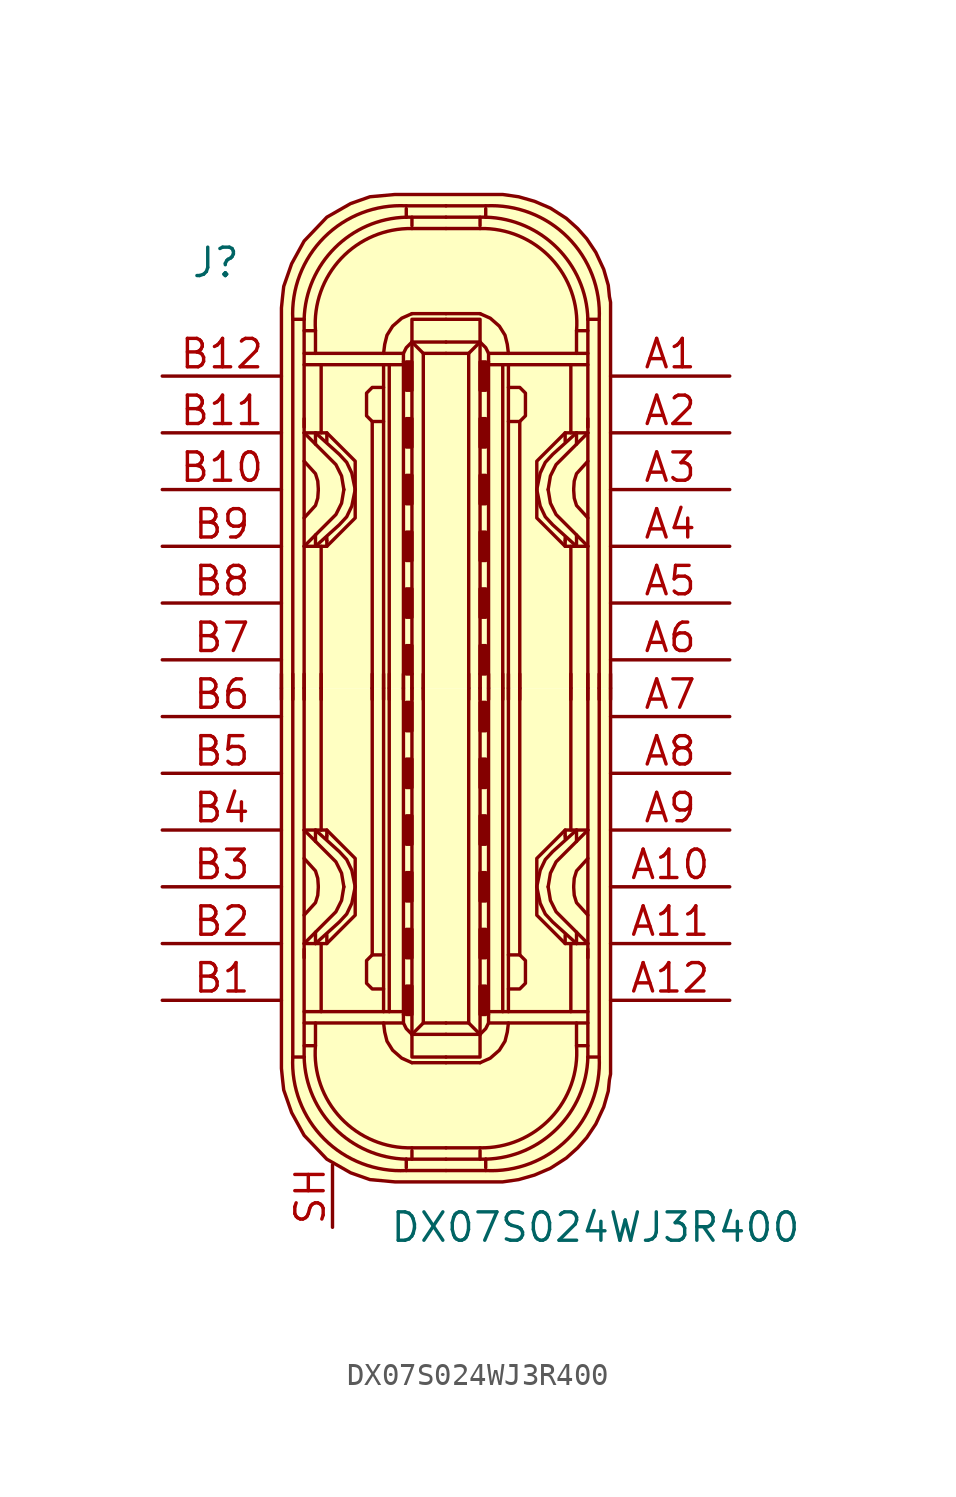
<source format=kicad_sym>
(kicad_symbol_lib
  (version 20220914)
  (generator kicad_symbol_editor)
  (symbol "DX07S024WJ3R400"
    (pin_names
      (offset 1.016))
    (property "Reference" "J"
      (at -11.43 19.05 0)
      (effects (font (size 1.27 1.27)) (justify left)))
    (property "Value" "DX07S024WJ3R400"
      (at -2.54 -24.13 0)
      (effects (font (size 1.27 1.27)) (justify left)))
    (symbol "DX07S024WJ3R400_1_1"
      (arc (start -6.858 -16.51) (mid -5.4492 -20.1812) (end -1.778 -21.59) (stroke (width 0) (type solid)) (fill (type none)))
      (arc (start -6.35 -16.51) (mid -4.9749 -19.7069) (end -1.778 -21.082) (stroke (width 0) (type solid)) (fill (type none)))
      (arc (start -5.842 -16.002) (mid -4.6972 -19.2495) (end -1.524 -20.574) (stroke (width 0) (type solid)) (fill (type none)))
      (rectangle (start -1.778 -14.605) (end -1.524 -13.335) (stroke (width 0) (type solid)) (fill (type outline)))
      (rectangle (start -1.778 -12.065) (end -1.524 -10.795) (stroke (width 0) (type solid)) (fill (type outline)))
      (rectangle (start -1.778 -9.525) (end -1.524 -8.255) (stroke (width 0) (type solid)) (fill (type outline)))
      (rectangle (start -1.778 -6.985) (end -1.524 -5.715) (stroke (width 0) (type solid)) (fill (type outline)))
      (rectangle (start -1.778 -4.445) (end -1.524 -3.175) (stroke (width 0) (type solid)) (fill (type outline)))
      (rectangle (start -1.778 -1.905) (end -1.524 -0.635) (stroke (width 0) (type solid)) (fill (type outline)))
      (rectangle (start -1.778 1.905) (end -1.524 0.635) (stroke (width 0) (type solid)) (fill (type outline)))
      (rectangle (start -1.778 4.445) (end -1.524 3.175) (stroke (width 0) (type solid)) (fill (type outline)))
      (rectangle (start -1.778 6.985) (end -1.524 5.715) (stroke (width 0) (type solid)) (fill (type outline)))
      (rectangle (start -1.778 9.525) (end -1.524 8.255) (stroke (width 0) (type solid)) (fill (type outline)))
      (rectangle (start -1.778 12.065) (end -1.524 10.795) (stroke (width 0) (type solid)) (fill (type outline)))
      (rectangle (start -1.778 14.605) (end -1.524 13.335) (stroke (width 0) (type solid)) (fill (type outline)))
      (arc (start -1.778 21.082) (mid -4.9749 19.7069) (end -6.35 16.51) (stroke (width 0) (type solid)) (fill (type none)))
      (arc (start -1.778 21.59) (mid -5.4492 20.1812) (end -6.858 16.51) (stroke (width 0) (type solid)) (fill (type none)))
      (arc (start -1.524 20.574) (mid -4.6883 19.2412) (end -5.842 16.002) (stroke (width 0) (type solid)) (fill (type none)))
      (polyline (pts (xy -7.366 -0.508) (xy -7.366 0.635)) (stroke (width 0) (type solid)) (fill (type none)))
      (polyline (pts (xy -6.858 -0.508) (xy -6.858 0.635)) (stroke (width 0) (type solid)) (fill (type none)))
      (polyline (pts (xy -6.35 -14.986) (xy -1.905 -14.986)) (stroke (width 0) (type solid)) (fill (type none)))
      (polyline (pts (xy -6.35 -12.065) (xy -6.35 0)) (stroke (width 0) (type solid)) (fill (type none)))
      (polyline (pts (xy -6.35 -0.508) (xy -6.35 0.635)) (stroke (width 0) (type solid)) (fill (type none)))
      (polyline (pts (xy -6.35 12.065) (xy -6.35 0)) (stroke (width 0) (type solid)) (fill (type none)))
      (polyline (pts (xy -6.35 14.986) (xy -1.905 14.986)) (stroke (width 0) (type solid)) (fill (type none)))
      (polyline (pts (xy -5.842 -11.43) (xy -5.842 -10.922)) (stroke (width 0) (type solid)) (fill (type none)))
      (polyline (pts (xy -5.842 -6.35) (xy -5.842 -6.858)) (stroke (width 0) (type solid)) (fill (type none)))
      (polyline (pts (xy -5.842 6.35) (xy -5.842 6.858)) (stroke (width 0) (type solid)) (fill (type none)))
      (polyline (pts (xy -5.842 11.43) (xy -5.842 10.922)) (stroke (width 0) (type solid)) (fill (type none)))
      (polyline (pts (xy -5.588 -14.478) (xy -5.588 -11.43)) (stroke (width 0) (type solid)) (fill (type none)))
      (polyline (pts (xy -5.588 -6.35) (xy -5.588 0)) (stroke (width 0) (type solid)) (fill (type none)))
      (polyline (pts (xy -5.588 -0.508) (xy -5.588 0.635)) (stroke (width 0) (type solid)) (fill (type none)))
      (polyline (pts (xy -5.588 6.35) (xy -5.588 0)) (stroke (width 0) (type solid)) (fill (type none)))
      (polyline (pts (xy -5.588 14.478) (xy -5.588 11.43)) (stroke (width 0) (type solid)) (fill (type none)))
      (polyline (pts (xy -5.334 -11.43) (xy -5.334 -11.049)) (stroke (width 0) (type solid)) (fill (type none)))
      (polyline (pts (xy -5.334 -6.604) (xy -5.334 -6.731)) (stroke (width 0) (type solid)) (fill (type none)))
      (polyline (pts (xy -5.334 -6.35) (xy -5.334 -6.604)) (stroke (width 0) (type solid)) (fill (type none)))
      (polyline (pts (xy -5.334 6.35) (xy -5.334 6.604)) (stroke (width 0) (type solid)) (fill (type none)))
      (polyline (pts (xy -5.334 6.604) (xy -5.334 6.731)) (stroke (width 0) (type solid)) (fill (type none)))
      (polyline (pts (xy -5.334 11.43) (xy -5.334 11.049)) (stroke (width 0) (type solid)) (fill (type none)))
      (polyline (pts (xy -3.302 -0.508) (xy -3.302 0.635)) (stroke (width 0) (type solid)) (fill (type none)))
      (polyline (pts (xy -3.302 0) (xy -3.302 -11.938)) (stroke (width 0) (type solid)) (fill (type none)))
      (polyline (pts (xy -3.302 0) (xy -3.302 11.938)) (stroke (width 0) (type solid)) (fill (type none)))
      (polyline (pts (xy -2.794 -0.508) (xy -2.794 0.635)) (stroke (width 0) (type solid)) (fill (type none)))
      (polyline (pts (xy -2.794 0) (xy -2.794 -14.478)) (stroke (width 0) (type solid)) (fill (type none)))
      (polyline (pts (xy -2.794 0) (xy -2.794 14.478)) (stroke (width 0) (type solid)) (fill (type none)))
      (polyline (pts (xy -2.54 -14.478) (xy -2.54 0)) (stroke (width 0) (type solid)) (fill (type none)))
      (polyline (pts (xy -2.54 -0.508) (xy -2.54 0.635)) (stroke (width 0) (type solid)) (fill (type none)))
      (polyline (pts (xy -2.54 14.478) (xy -2.54 0)) (stroke (width 0) (type solid)) (fill (type none)))
      (polyline (pts (xy -1.905 -14.478) (xy -6.35 -14.478)) (stroke (width 0) (type solid)) (fill (type none)))
      (polyline (pts (xy -1.905 -0.508) (xy -1.905 0.635)) (stroke (width 0) (type solid)) (fill (type none)))
      (polyline (pts (xy -1.905 0) (xy -1.905 -14.605)) (stroke (width 0) (type solid)) (fill (type none)))
      (polyline (pts (xy -1.905 0) (xy -1.905 14.605)) (stroke (width 0) (type solid)) (fill (type none)))
      (polyline (pts (xy -1.905 14.478) (xy -6.35 14.478)) (stroke (width 0) (type solid)) (fill (type none)))
      (polyline (pts (xy -1.778 -21.59) (xy 0 -21.59)) (stroke (width 0) (type solid)) (fill (type background)))
      (polyline (pts (xy -1.778 -21.082) (xy -1.778 -21.463)) (stroke (width 0) (type solid)) (fill (type none)))
      (polyline (pts (xy -1.778 -21.082) (xy 0 -21.082)) (stroke (width 0) (type solid)) (fill (type none)))
      (polyline (pts (xy -1.778 21.082) (xy -1.778 21.463)) (stroke (width 0) (type solid)) (fill (type none)))
      (polyline (pts (xy -1.778 21.082) (xy 0 21.082)) (stroke (width 0) (type solid)) (fill (type none)))
      (polyline (pts (xy -1.778 21.59) (xy 0 21.59)) (stroke (width 0) (type solid)) (fill (type background)))
      (polyline (pts (xy -1.524 -20.701) (xy -1.524 -21.082)) (stroke (width 0) (type solid)) (fill (type none)))
      (polyline (pts (xy -1.524 -20.574) (xy 0 -20.574)) (stroke (width 0) (type solid)) (fill (type none)))
      (polyline (pts (xy -1.524 -0.508) (xy -1.524 0.635)) (stroke (width 0) (type solid)) (fill (type none)))
      (polyline (pts (xy -1.524 20.574) (xy 0 20.574)) (stroke (width 0) (type solid)) (fill (type none)))
      (polyline (pts (xy -1.524 20.701) (xy -1.524 21.082)) (stroke (width 0) (type solid)) (fill (type none)))
      (polyline (pts (xy -1.016 -14.986) (xy -1.524 -15.494)) (stroke (width 0) (type solid)) (fill (type none)))
      (polyline (pts (xy -1.016 -0.508) (xy -1.016 0.635)) (stroke (width 0) (type solid)) (fill (type none)))
      (polyline (pts (xy -1.016 14.986) (xy -1.524 15.494)) (stroke (width 0) (type solid)) (fill (type none)))
      (polyline (pts (xy 0 -16.764) (xy -1.524 -16.764)) (stroke (width 0) (type solid)) (fill (type none)))
      (polyline (pts (xy 0 -16.764) (xy 1.524 -16.764)) (stroke (width 0) (type solid)) (fill (type none)))
      (polyline (pts (xy 0 16.764) (xy -1.524 16.764)) (stroke (width 0) (type solid)) (fill (type none)))
      (polyline (pts (xy 0 16.764) (xy 1.524 16.764)) (stroke (width 0) (type solid)) (fill (type none)))
      (polyline (pts (xy 1.016 -14.986) (xy 1.524 -15.494)) (stroke (width 0) (type solid)) (fill (type none)))
      (polyline (pts (xy 1.016 -0.508) (xy 1.016 0.635)) (stroke (width 0) (type solid)) (fill (type none)))
      (polyline (pts (xy 1.016 14.986) (xy 1.524 15.494)) (stroke (width 0) (type solid)) (fill (type none)))
      (polyline (pts (xy 1.524 -20.701) (xy 1.524 -21.082)) (stroke (width 0) (type solid)) (fill (type none)))
      (polyline (pts (xy 1.524 -20.574) (xy 0 -20.574)) (stroke (width 0) (type solid)) (fill (type none)))
      (polyline (pts (xy 1.524 -0.508) (xy 1.524 0.635)) (stroke (width 0) (type solid)) (fill (type none)))
      (polyline (pts (xy 1.524 20.574) (xy 0 20.574)) (stroke (width 0) (type solid)) (fill (type none)))
      (polyline (pts (xy 1.524 20.701) (xy 1.524 21.082)) (stroke (width 0) (type solid)) (fill (type none)))
      (polyline (pts (xy 1.778 -21.59) (xy 0 -21.59)) (stroke (width 0) (type solid)) (fill (type background)))
      (polyline (pts (xy 1.778 -21.082) (xy 0 -21.082)) (stroke (width 0) (type solid)) (fill (type none)))
      (polyline (pts (xy 1.778 -21.082) (xy 1.778 -21.463)) (stroke (width 0) (type solid)) (fill (type none)))
      (polyline (pts (xy 1.778 21.082) (xy 0 21.082)) (stroke (width 0) (type solid)) (fill (type none)))
      (polyline (pts (xy 1.778 21.082) (xy 1.778 21.463)) (stroke (width 0) (type solid)) (fill (type none)))
      (polyline (pts (xy 1.778 21.59) (xy 0 21.59)) (stroke (width 0) (type solid)) (fill (type background)))
      (polyline (pts (xy 1.905 -14.478) (xy 6.35 -14.478)) (stroke (width 0) (type solid)) (fill (type none)))
      (polyline (pts (xy 1.905 -0.508) (xy 1.905 0.635)) (stroke (width 0) (type solid)) (fill (type none)))
      (polyline (pts (xy 1.905 0) (xy 1.905 -14.605)) (stroke (width 0) (type solid)) (fill (type none)))
      (polyline (pts (xy 1.905 0) (xy 1.905 14.605)) (stroke (width 0) (type solid)) (fill (type none)))
      (polyline (pts (xy 1.905 14.478) (xy 6.35 14.478)) (stroke (width 0) (type solid)) (fill (type none)))
      (polyline (pts (xy 2.54 -14.478) (xy 2.54 0)) (stroke (width 0) (type solid)) (fill (type none)))
      (polyline (pts (xy 2.54 -0.508) (xy 2.54 0.635)) (stroke (width 0) (type solid)) (fill (type none)))
      (polyline (pts (xy 2.54 14.478) (xy 2.54 0)) (stroke (width 0) (type solid)) (fill (type none)))
      (polyline (pts (xy 2.794 -0.508) (xy 2.794 0.635)) (stroke (width 0) (type solid)) (fill (type none)))
      (polyline (pts (xy 2.794 0) (xy 2.794 -14.478)) (stroke (width 0) (type solid)) (fill (type none)))
      (polyline (pts (xy 2.794 0) (xy 2.794 14.478)) (stroke (width 0) (type solid)) (fill (type none)))
      (polyline (pts (xy 3.302 -0.508) (xy 3.302 0.635)) (stroke (width 0) (type solid)) (fill (type none)))
      (polyline (pts (xy 3.302 0) (xy 3.302 -11.938)) (stroke (width 0) (type solid)) (fill (type none)))
      (polyline (pts (xy 3.302 0) (xy 3.302 11.938)) (stroke (width 0) (type solid)) (fill (type none)))
      (polyline (pts (xy 5.334 -11.43) (xy 5.334 -11.049)) (stroke (width 0) (type solid)) (fill (type none)))
      (polyline (pts (xy 5.334 -6.604) (xy 5.334 -6.731)) (stroke (width 0) (type solid)) (fill (type none)))
      (polyline (pts (xy 5.334 -6.35) (xy 5.334 -6.604)) (stroke (width 0) (type solid)) (fill (type none)))
      (polyline (pts (xy 5.334 6.35) (xy 5.334 6.604)) (stroke (width 0) (type solid)) (fill (type none)))
      (polyline (pts (xy 5.334 6.604) (xy 5.334 6.731)) (stroke (width 0) (type solid)) (fill (type none)))
      (polyline (pts (xy 5.334 11.43) (xy 5.334 11.049)) (stroke (width 0) (type solid)) (fill (type none)))
      (polyline (pts (xy 5.588 -14.478) (xy 5.588 -11.43)) (stroke (width 0) (type solid)) (fill (type none)))
      (polyline (pts (xy 5.588 -6.35) (xy 5.588 0)) (stroke (width 0) (type solid)) (fill (type none)))
      (polyline (pts (xy 5.588 -0.508) (xy 5.588 0.635)) (stroke (width 0) (type solid)) (fill (type none)))
      (polyline (pts (xy 5.588 6.35) (xy 5.588 0)) (stroke (width 0) (type solid)) (fill (type none)))
      (polyline (pts (xy 5.588 14.478) (xy 5.588 11.43)) (stroke (width 0) (type solid)) (fill (type none)))
      (polyline (pts (xy 5.842 -11.43) (xy 5.842 -10.922)) (stroke (width 0) (type solid)) (fill (type none)))
      (polyline (pts (xy 5.842 -6.35) (xy 5.842 -6.858)) (stroke (width 0) (type solid)) (fill (type none)))
      (polyline (pts (xy 5.842 6.35) (xy 5.842 6.858)) (stroke (width 0) (type solid)) (fill (type none)))
      (polyline (pts (xy 5.842 11.43) (xy 5.842 10.922)) (stroke (width 0) (type solid)) (fill (type none)))
      (polyline (pts (xy 6.35 -14.986) (xy 1.905 -14.986)) (stroke (width 0) (type solid)) (fill (type none)))
      (polyline (pts (xy 6.35 -12.065) (xy 6.35 0)) (stroke (width 0) (type solid)) (fill (type none)))
      (polyline (pts (xy 6.35 -0.508) (xy 6.35 0.635)) (stroke (width 0) (type solid)) (fill (type none)))
      (polyline (pts (xy 6.35 12.065) (xy 6.35 0)) (stroke (width 0) (type solid)) (fill (type none)))
      (polyline (pts (xy 6.35 14.986) (xy 1.905 14.986)) (stroke (width 0) (type solid)) (fill (type none)))
      (polyline (pts (xy 6.858 -0.508) (xy 6.858 0.635)) (stroke (width 0) (type solid)) (fill (type none)))
      (polyline (pts (xy 7.366 -0.508) (xy 7.366 0.635)) (stroke (width 0) (type solid)) (fill (type none)))
      (polyline (pts (xy -6.35 -16.51) (xy -6.858 -16.51) (xy -6.858 0)) (stroke (width 0) (type solid)) (fill (type none)))
      (polyline (pts (xy -6.35 -11.684) (xy -6.35 -15.875) (xy -6.35 -16.51)) (stroke (width 0) (type solid)) (fill (type none)))
      (polyline (pts (xy -6.35 11.684) (xy -6.35 15.875) (xy -6.35 16.51)) (stroke (width 0) (type solid)) (fill (type none)))
      (polyline (pts (xy -6.35 16.51) (xy -6.858 16.51) (xy -6.858 0)) (stroke (width 0) (type solid)) (fill (type none)))
      (polyline (pts (xy -5.842 -14.986) (xy -5.842 -16.002) (xy -6.35 -16.002)) (stroke (width 0) (type solid)) (fill (type none)))
      (polyline (pts (xy -5.842 14.986) (xy -5.842 16.002) (xy -6.35 16.002)) (stroke (width 0) (type solid)) (fill (type none)))
      (polyline (pts (xy -1.524 0) (xy -1.524 -15.494) (xy 0 -15.494)) (stroke (width 0) (type solid)) (fill (type none)))
      (polyline (pts (xy -1.524 0) (xy -1.524 15.494) (xy 0 15.494)) (stroke (width 0) (type solid)) (fill (type none)))
      (polyline (pts (xy -1.016 0) (xy -1.016 -14.986) (xy 0 -14.986)) (stroke (width 0) (type solid)) (fill (type none)))
      (polyline (pts (xy -1.016 0) (xy -1.016 14.986) (xy 0 14.986)) (stroke (width 0) (type solid)) (fill (type none)))
      (polyline (pts (xy 1.016 0) (xy 1.016 -14.986) (xy 0 -14.986)) (stroke (width 0) (type solid)) (fill (type none)))
      (polyline (pts (xy 1.016 0) (xy 1.016 14.986) (xy 0 14.986)) (stroke (width 0) (type solid)) (fill (type none)))
      (polyline (pts (xy 1.524 0) (xy 1.524 -15.494) (xy 0 -15.494)) (stroke (width 0) (type solid)) (fill (type none)))
      (polyline (pts (xy 1.524 0) (xy 1.524 15.494) (xy 0 15.494)) (stroke (width 0) (type solid)) (fill (type none)))
      (polyline (pts (xy 5.842 -14.986) (xy 5.842 -16.002) (xy 6.35 -16.002)) (stroke (width 0) (type solid)) (fill (type none)))
      (polyline (pts (xy 5.842 14.986) (xy 5.842 16.002) (xy 6.35 16.002)) (stroke (width 0) (type solid)) (fill (type none)))
      (polyline (pts (xy 6.35 -16.51) (xy 6.858 -16.51) (xy 6.858 0)) (stroke (width 0) (type solid)) (fill (type none)))
      (polyline (pts (xy 6.35 -11.684) (xy 6.35 -15.875) (xy 6.35 -16.51)) (stroke (width 0) (type solid)) (fill (type none)))
      (polyline (pts (xy 6.35 11.684) (xy 6.35 15.875) (xy 6.35 16.51)) (stroke (width 0) (type solid)) (fill (type none)))
      (polyline (pts (xy 6.35 16.51) (xy 6.858 16.51) (xy 6.858 0)) (stroke (width 0) (type solid)) (fill (type none)))
      (polyline (pts (xy -6.35 -11.43) (xy -4.928 -10.008) (xy -4.674 -9.5) (xy -4.572 -8.89)) (stroke (width 0) (type solid)) (fill (type none)))
      (polyline (pts (xy -6.35 -10.16) (xy -5.842 -9.601) (xy -5.74 -9.271) (xy -5.715 -8.915)) (stroke (width 0) (type solid)) (fill (type none)))
      (polyline (pts (xy -6.35 -7.62) (xy -5.842 -8.179) (xy -5.74 -8.509) (xy -5.715 -8.865)) (stroke (width 0) (type solid)) (fill (type none)))
      (polyline (pts (xy -6.35 -6.35) (xy -4.928 -7.772) (xy -4.674 -8.28) (xy -4.572 -8.89)) (stroke (width 0) (type solid)) (fill (type none)))
      (polyline (pts (xy -6.35 6.35) (xy -4.928 7.772) (xy -4.674 8.28) (xy -4.572 8.89)) (stroke (width 0) (type solid)) (fill (type none)))
      (polyline (pts (xy -6.35 7.62) (xy -5.842 8.179) (xy -5.74 8.509) (xy -5.715 8.865)) (stroke (width 0) (type solid)) (fill (type none)))
      (polyline (pts (xy -6.35 10.16) (xy -5.842 9.601) (xy -5.74 9.271) (xy -5.715 8.915)) (stroke (width 0) (type solid)) (fill (type none)))
      (polyline (pts (xy -6.35 11.43) (xy -4.928 10.008) (xy -4.674 9.5) (xy -4.572 8.89)) (stroke (width 0) (type solid)) (fill (type none)))
      (polyline (pts (xy -1.905 -14.605) (xy -1.905 -14.986) (xy -1.778 -15.24) (xy -1.524 -15.494)) (stroke (width 0) (type solid)) (fill (type none)))
      (polyline (pts (xy -1.905 14.605) (xy -1.905 14.986) (xy -1.778 15.24) (xy -1.524 15.494)) (stroke (width 0) (type solid)) (fill (type none)))
      (polyline (pts (xy 0 -16.51) (xy -1.397 -16.51) (xy -1.524 -16.51) (xy -1.524 -15.494)) (stroke (width 0) (type solid)) (fill (type none)))
      (polyline (pts (xy 0 -16.51) (xy 1.397 -16.51) (xy 1.524 -16.51) (xy 1.524 -15.494)) (stroke (width 0) (type solid)) (fill (type none)))
      (polyline (pts (xy 0 16.51) (xy -1.397 16.51) (xy -1.524 16.51) (xy -1.524 15.494)) (stroke (width 0) (type solid)) (fill (type none)))
      (polyline (pts (xy 0 16.51) (xy 1.397 16.51) (xy 1.524 16.51) (xy 1.524 15.494)) (stroke (width 0) (type solid)) (fill (type none)))
      (polyline (pts (xy 1.905 -14.605) (xy 1.905 -14.986) (xy 1.778 -15.24) (xy 1.524 -15.494)) (stroke (width 0) (type solid)) (fill (type none)))
      (polyline (pts (xy 1.905 14.605) (xy 1.905 14.986) (xy 1.778 15.24) (xy 1.524 15.494)) (stroke (width 0) (type solid)) (fill (type none)))
      (polyline (pts (xy 6.35 -11.43) (xy 4.928 -10.008) (xy 4.674 -9.5) (xy 4.572 -8.89)) (stroke (width 0) (type solid)) (fill (type none)))
      (polyline (pts (xy 6.35 -10.16) (xy 5.842 -9.601) (xy 5.74 -9.271) (xy 5.715 -8.915)) (stroke (width 0) (type solid)) (fill (type none)))
      (polyline (pts (xy 6.35 -7.62) (xy 5.842 -8.179) (xy 5.74 -8.509) (xy 5.715 -8.865)) (stroke (width 0) (type solid)) (fill (type none)))
      (polyline (pts (xy 6.35 -6.35) (xy 4.928 -7.772) (xy 4.674 -8.28) (xy 4.572 -8.89)) (stroke (width 0) (type solid)) (fill (type none)))
      (polyline (pts (xy 6.35 6.35) (xy 4.928 7.772) (xy 4.674 8.28) (xy 4.572 8.89)) (stroke (width 0) (type solid)) (fill (type none)))
      (polyline (pts (xy 6.35 7.62) (xy 5.842 8.179) (xy 5.74 8.509) (xy 5.715 8.865)) (stroke (width 0) (type solid)) (fill (type none)))
      (polyline (pts (xy 6.35 10.16) (xy 5.842 9.601) (xy 5.74 9.271) (xy 5.715 8.915)) (stroke (width 0) (type solid)) (fill (type none)))
      (polyline (pts (xy 6.35 11.43) (xy 4.928 10.008) (xy 4.674 9.5) (xy 4.572 8.89)) (stroke (width 0) (type solid)) (fill (type none)))
      (polyline (pts (xy -5.842 -11.43) (xy -4.775 -10.465) (xy -4.445 -10.109) (xy -4.216 -9.627) (xy -4.064 -8.89)) (stroke (width 0) (type solid)) (fill (type none)))
      (polyline (pts (xy -5.842 -6.35) (xy -4.775 -7.315) (xy -4.445 -7.671) (xy -4.216 -8.153) (xy -4.064 -8.89)) (stroke (width 0) (type solid)) (fill (type none)))
      (polyline (pts (xy -5.842 6.35) (xy -4.775 7.315) (xy -4.445 7.671) (xy -4.216 8.153) (xy -4.064 8.89)) (stroke (width 0) (type solid)) (fill (type none)))
      (polyline (pts (xy -5.842 11.43) (xy -4.775 10.465) (xy -4.445 10.109) (xy -4.216 9.627) (xy -4.064 8.89)) (stroke (width 0) (type solid)) (fill (type none)))
      (polyline (pts (xy 5.842 -11.43) (xy 4.775 -10.465) (xy 4.445 -10.109) (xy 4.216 -9.627) (xy 4.064 -8.89)) (stroke (width 0) (type solid)) (fill (type none)))
      (polyline (pts (xy 5.842 -6.35) (xy 4.775 -7.315) (xy 4.445 -7.671) (xy 4.216 -8.153) (xy 4.064 -8.89)) (stroke (width 0) (type solid)) (fill (type none)))
      (polyline (pts (xy 5.842 6.35) (xy 4.775 7.315) (xy 4.445 7.671) (xy 4.216 8.153) (xy 4.064 8.89)) (stroke (width 0) (type solid)) (fill (type none)))
      (polyline (pts (xy 5.842 11.43) (xy 4.775 10.465) (xy 4.445 10.109) (xy 4.216 9.627) (xy 4.064 8.89)) (stroke (width 0) (type solid)) (fill (type none)))
      (polyline (pts (xy -6.35 -11.43) (xy -5.334 -11.43) (xy -4.064 -10.16) (xy -4.064 -7.62) (xy -5.334 -6.35) (xy -6.35 -6.35)) (stroke (width 0) (type solid)) (fill (type none)))
      (polyline (pts (xy -6.35 11.43) (xy -5.334 11.43) (xy -4.064 10.16) (xy -4.064 7.62) (xy -5.334 6.35) (xy -6.35 6.35)) (stroke (width 0) (type solid)) (fill (type none)))
      (polyline (pts (xy -2.794 -14.986) (xy -2.743 -15.392) (xy -2.642 -15.799) (xy -2.388 -16.205) (xy -1.981 -16.561) (xy -1.524 -16.764)) (stroke (width 0) (type solid)) (fill (type none)))
      (polyline (pts (xy -2.794 -13.462) (xy -3.302 -13.462) (xy -3.556 -13.208) (xy -3.556 -12.192) (xy -3.302 -11.938) (xy -2.794 -11.938)) (stroke (width 0) (type solid)) (fill (type none)))
      (polyline (pts (xy -2.794 13.462) (xy -3.302 13.462) (xy -3.556 13.208) (xy -3.556 12.192) (xy -3.302 11.938) (xy -2.794 11.938)) (stroke (width 0) (type solid)) (fill (type none)))
      (polyline (pts (xy -2.794 14.986) (xy -2.743 15.392) (xy -2.642 15.799) (xy -2.388 16.205) (xy -1.981 16.561) (xy -1.524 16.764)) (stroke (width 0) (type solid)) (fill (type none)))
      (polyline (pts (xy 2.794 -14.986) (xy 2.743 -15.392) (xy 2.642 -15.799) (xy 2.388 -16.205) (xy 1.981 -16.561) (xy 1.524 -16.764)) (stroke (width 0) (type solid)) (fill (type none)))
      (polyline (pts (xy 2.794 -13.462) (xy 3.302 -13.462) (xy 3.556 -13.208) (xy 3.556 -12.192) (xy 3.302 -11.938) (xy 2.794 -11.938)) (stroke (width 0) (type solid)) (fill (type none)))
      (polyline (pts (xy 2.794 13.462) (xy 3.302 13.462) (xy 3.556 13.208) (xy 3.556 12.192) (xy 3.302 11.938) (xy 2.794 11.938)) (stroke (width 0) (type solid)) (fill (type none)))
      (polyline (pts (xy 2.794 14.986) (xy 2.743 15.392) (xy 2.642 15.799) (xy 2.388 16.205) (xy 1.981 16.561) (xy 1.524 16.764)) (stroke (width 0) (type solid)) (fill (type none)))
      (polyline (pts (xy 6.35 -11.43) (xy 5.334 -11.43) (xy 4.064 -10.16) (xy 4.064 -7.62) (xy 5.334 -6.35) (xy 6.35 -6.35)) (stroke (width 0) (type solid)) (fill (type none)))
      (polyline (pts (xy 6.35 11.43) (xy 5.334 11.43) (xy 4.064 10.16) (xy 4.064 7.62) (xy 5.334 6.35) (xy 6.35 6.35)) (stroke (width 0) (type solid)) (fill (type none)))
      (polyline (pts (xy 7.366 0) (xy 7.366 -17.018) (xy 7.366 -17.272) (xy 7.315 -17.526) (xy 7.264 -18.034) (xy 7.061 -18.745) (xy 6.706 -19.507) (xy 6.299 -20.117) (xy 5.893 -20.574) (xy 5.385 -21.031) (xy 4.674 -21.488) (xy 3.962 -21.793) (xy 3.251 -21.996) (xy 2.54 -22.098) (xy -2.286 -22.098) (xy -3.404 -21.996) (xy -4.267 -21.692) (xy -5.334 -21.082) (xy -6.35 -20.015) (xy -6.909 -18.999) (xy -7.264 -17.983) (xy -7.315 -17.526) (xy -7.366 -17.018) (xy -7.366 0)) (stroke (width 0) (type solid)) (fill (type background)))
      (polyline (pts (xy 7.366 0) (xy 7.366 17.018) (xy 7.366 17.272) (xy 7.315 17.526) (xy 7.264 18.034) (xy 7.061 18.745) (xy 6.706 19.507) (xy 6.299 20.117) (xy 5.893 20.574) (xy 5.385 21.031) (xy 4.674 21.488) (xy 3.962 21.793) (xy 3.251 21.996) (xy 2.54 22.098) (xy -2.286 22.098) (xy -3.404 21.996) (xy -4.267 21.692) (xy -5.334 21.082) (xy -6.35 20.015) (xy -6.909 18.999) (xy -7.264 17.983) (xy -7.315 17.526) (xy -7.366 17.018) (xy -7.366 0)) (stroke (width 0) (type solid)) (fill (type background)))
      (arc (start 1.524 -20.574) (mid 4.6883 -19.2412) (end 5.842 -16.002) (stroke (width 0) (type solid)) (fill (type none)))
      (arc (start 1.778 -21.59) (mid 5.4492 -20.1812) (end 6.858 -16.51) (stroke (width 0) (type solid)) (fill (type none)))
      (arc (start 1.778 -21.082) (mid 4.9749 -19.7069) (end 6.35 -16.51) (stroke (width 0) (type solid)) (fill (type none)))
      (rectangle (start 1.778 -14.605) (end 1.524 -13.335) (stroke (width 0) (type solid)) (fill (type outline)))
      (rectangle (start 1.778 -12.065) (end 1.524 -10.795) (stroke (width 0) (type solid)) (fill (type outline)))
      (rectangle (start 1.778 -9.525) (end 1.524 -8.255) (stroke (width 0) (type solid)) (fill (type outline)))
      (rectangle (start 1.778 -6.985) (end 1.524 -5.715) (stroke (width 0) (type solid)) (fill (type outline)))
      (rectangle (start 1.778 -4.445) (end 1.524 -3.175) (stroke (width 0) (type solid)) (fill (type outline)))
      (rectangle (start 1.778 -1.905) (end 1.524 -0.635) (stroke (width 0) (type solid)) (fill (type outline)))
      (rectangle (start 1.778 1.905) (end 1.524 0.635) (stroke (width 0) (type solid)) (fill (type outline)))
      (rectangle (start 1.778 4.445) (end 1.524 3.175) (stroke (width 0) (type solid)) (fill (type outline)))
      (rectangle (start 1.778 6.985) (end 1.524 5.715) (stroke (width 0) (type solid)) (fill (type outline)))
      (rectangle (start 1.778 9.525) (end 1.524 8.255) (stroke (width 0) (type solid)) (fill (type outline)))
      (rectangle (start 1.778 12.065) (end 1.524 10.795) (stroke (width 0) (type solid)) (fill (type outline)))
      (rectangle (start 1.778 14.605) (end 1.524 13.335) (stroke (width 0) (type solid)) (fill (type outline)))
      (arc (start 5.842 16.002) (mid 4.6972 19.2495) (end 1.524 20.574) (stroke (width 0) (type solid)) (fill (type none)))
      (arc (start 6.35 16.51) (mid 4.9749 19.7069) (end 1.778 21.082) (stroke (width 0) (type solid)) (fill (type none)))
      (arc (start 6.858 16.51) (mid 5.4492 20.1812) (end 1.778 21.59) (stroke (width 0) (type solid)) (fill (type none)))
      (pin passive line (at 12.7 13.97 180) (length 5.334) (name "~" (effects (font (size 1.27 1.27)))) (number "A1" (effects (font (size 1.27 1.27)))))
      (pin passive line (at 12.7 -8.89 180) (length 5.334) (name "~" (effects (font (size 1.27 1.27)))) (number "A10" (effects (font (size 1.27 1.27)))))
      (pin passive line (at 12.7 -11.43 180) (length 5.334) (name "~" (effects (font (size 1.27 1.27)))) (number "A11" (effects (font (size 1.27 1.27)))))
      (pin passive line (at 12.7 -13.97 180) (length 5.334) (name "~" (effects (font (size 1.27 1.27)))) (number "A12" (effects (font (size 1.27 1.27)))))
      (pin passive line (at 12.7 11.43 180) (length 5.334) (name "~" (effects (font (size 1.27 1.27)))) (number "A2" (effects (font (size 1.27 1.27)))))
      (pin passive line (at 12.7 8.89 180) (length 5.334) (name "~" (effects (font (size 1.27 1.27)))) (number "A3" (effects (font (size 1.27 1.27)))))
      (pin passive line (at 12.7 6.35 180) (length 5.334) (name "~" (effects (font (size 1.27 1.27)))) (number "A4" (effects (font (size 1.27 1.27)))))
      (pin passive line (at 12.7 3.81 180) (length 5.334) (name "~" (effects (font (size 1.27 1.27)))) (number "A5" (effects (font (size 1.27 1.27)))))
      (pin passive line (at 12.7 1.27 180) (length 5.334) (name "~" (effects (font (size 1.27 1.27)))) (number "A6" (effects (font (size 1.27 1.27)))))
      (pin passive line (at 12.7 -1.27 180) (length 5.334) (name "~" (effects (font (size 1.27 1.27)))) (number "A7" (effects (font (size 1.27 1.27)))))
      (pin passive line (at 12.7 -3.81 180) (length 5.334) (name "~" (effects (font (size 1.27 1.27)))) (number "A8" (effects (font (size 1.27 1.27)))))
      (pin passive line (at 12.7 -6.35 180) (length 5.334) (name "~" (effects (font (size 1.27 1.27)))) (number "A9" (effects (font (size 1.27 1.27)))))
      (pin passive line (at -12.7 -13.97 0) (length 5.334) (name "~" (effects (font (size 1.27 1.27)))) (number "B1" (effects (font (size 1.27 1.27)))))
      (pin passive line (at -12.7 8.89 0) (length 5.334) (name "~" (effects (font (size 1.27 1.27)))) (number "B10" (effects (font (size 1.27 1.27)))))
      (pin passive line (at -12.7 11.43 0) (length 5.334) (name "~" (effects (font (size 1.27 1.27)))) (number "B11" (effects (font (size 1.27 1.27)))))
      (pin passive line (at -12.7 13.97 0) (length 5.334) (name "~" (effects (font (size 1.27 1.27)))) (number "B12" (effects (font (size 1.27 1.27)))))
      (pin passive line (at -12.7 -11.43 0) (length 5.334) (name "~" (effects (font (size 1.27 1.27)))) (number "B2" (effects (font (size 1.27 1.27)))))
      (pin passive line (at -12.7 -8.89 0) (length 5.334) (name "~" (effects (font (size 1.27 1.27)))) (number "B3" (effects (font (size 1.27 1.27)))))
      (pin passive line (at -12.7 -6.35 0) (length 5.334) (name "~" (effects (font (size 1.27 1.27)))) (number "B4" (effects (font (size 1.27 1.27)))))
      (pin passive line (at -12.7 -3.81 0) (length 5.334) (name "~" (effects (font (size 1.27 1.27)))) (number "B5" (effects (font (size 1.27 1.27)))))
      (pin passive line (at -12.7 -1.27 0) (length 5.334) (name "~" (effects (font (size 1.27 1.27)))) (number "B6" (effects (font (size 1.27 1.27)))))
      (pin passive line (at -12.7 1.27 0) (length 5.334) (name "~" (effects (font (size 1.27 1.27)))) (number "B7" (effects (font (size 1.27 1.27)))))
      (pin passive line (at -12.7 3.81 0) (length 5.334) (name "~" (effects (font (size 1.27 1.27)))) (number "B8" (effects (font (size 1.27 1.27)))))
      (pin passive line (at -12.7 6.35 0) (length 5.334) (name "~" (effects (font (size 1.27 1.27)))) (number "B9" (effects (font (size 1.27 1.27)))))
      (pin input line (at -5.08 -24.13 90) (length 2.794) (name "~" (effects (font (size 1.27 1.27)))) (number "SH" (effects (font (size 1.27 1.27))))))))
</source>
